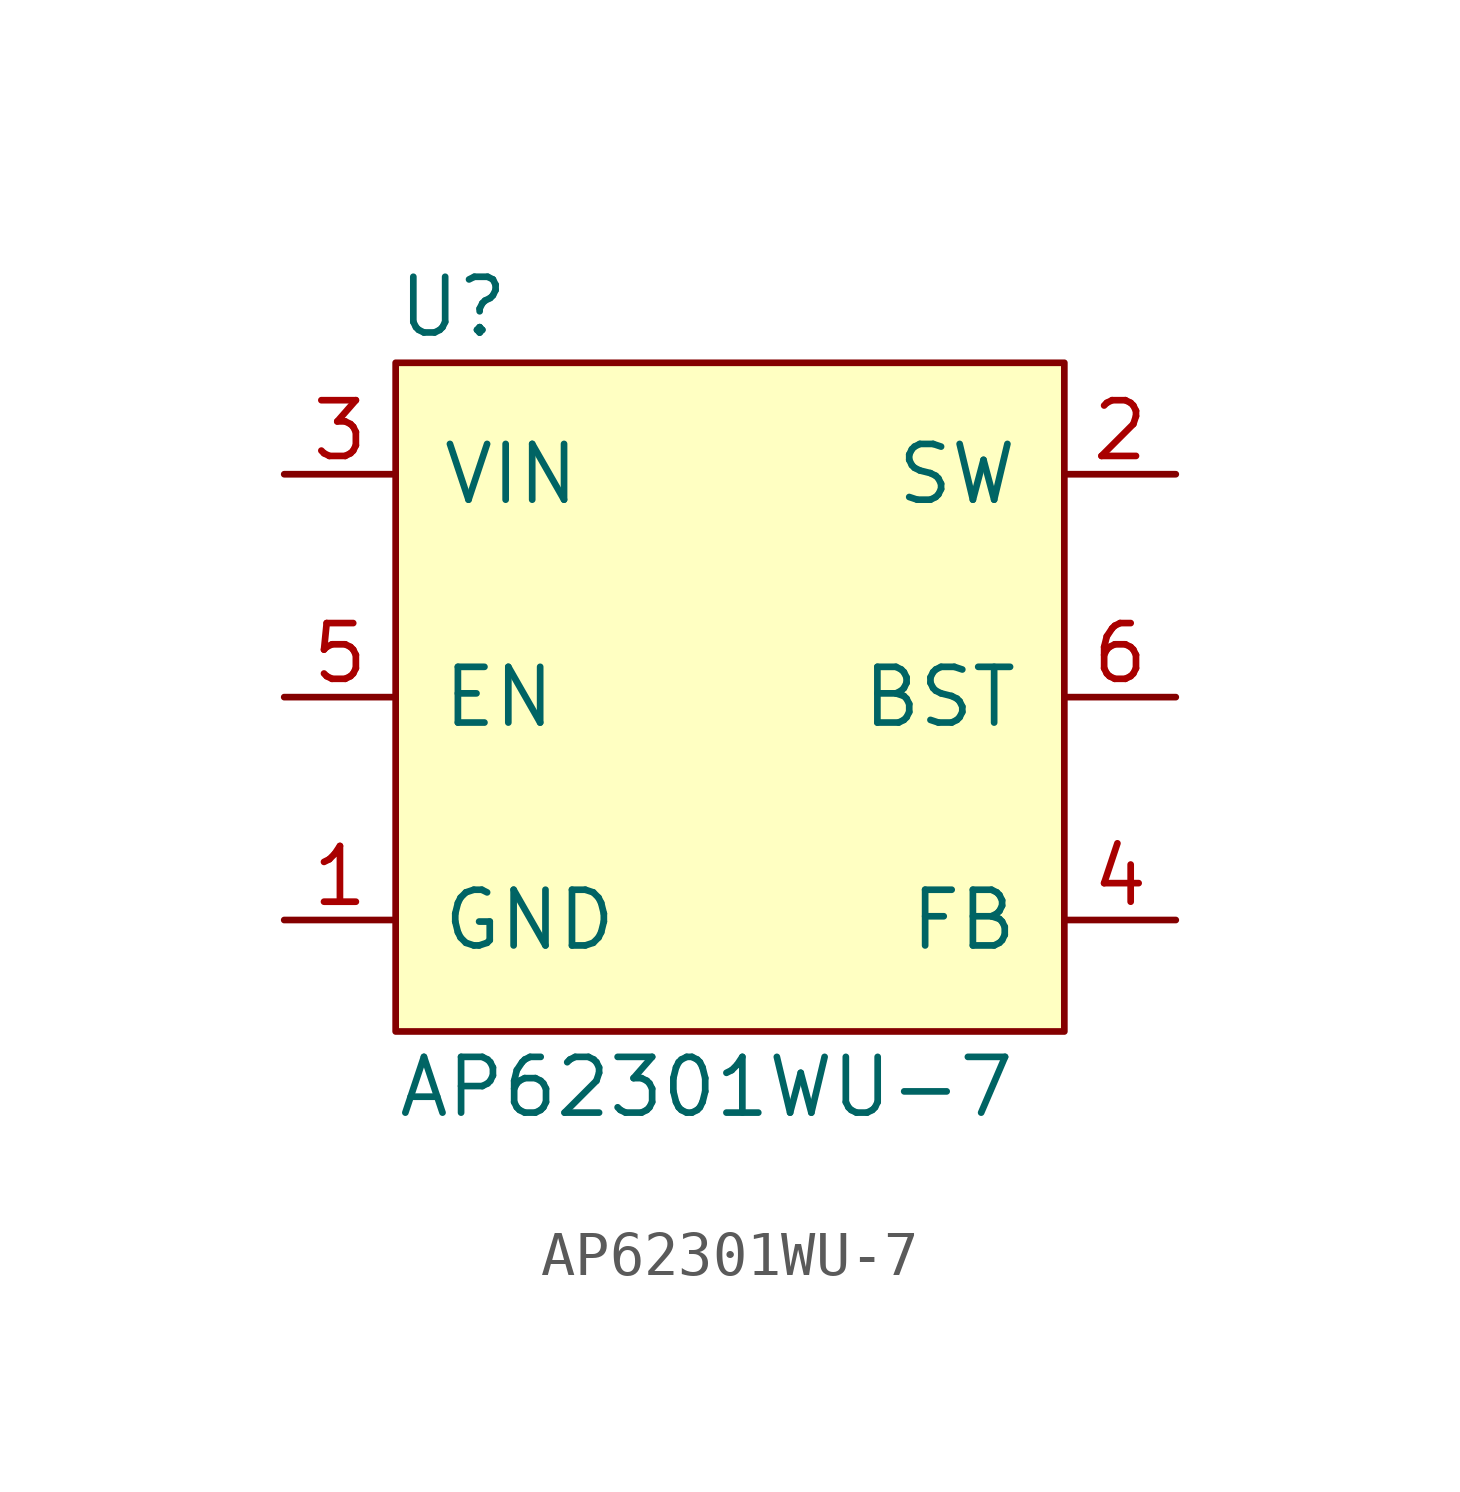
<source format=kicad_sym>
(kicad_symbol_lib
  (version 20211014)
  (generator kicad_symbol_editor)
  (symbol "AP62301WU-7"
    (pin_names
      (offset 1.016))
    (property "Reference" "U"
      (at -7.62 8.89 0)
      (effects (font (size 1.27 1.27)) (justify left)))
    (property "Value" "AP62301WU-7"
      (at -7.62 -8.89 0)
      (effects (font (size 1.27 1.27)) (justify left)))
    (symbol "AP62301WU-7_0_1"
      (rectangle (start -7.62 7.62) (end 7.62 -7.62) (stroke (width 0) (type default) (color 0 0 0 0)) (fill (type background))))
    (symbol "AP62301WU-7_1_1"
      (pin power_in line (at -10.16 -5.08 0) (length 2.54) (name "GND" (effects (font (size 1.27 1.27)))) (number "1" (effects (font (size 1.27 1.27)))))
      (pin power_out line (at 10.16 5.08 180) (length 2.54) (name "SW" (effects (font (size 1.27 1.27)))) (number "2" (effects (font (size 1.27 1.27)))))
      (pin power_in line (at -10.16 5.08 0) (length 2.54) (name "VIN" (effects (font (size 1.27 1.27)))) (number "3" (effects (font (size 1.27 1.27)))))
      (pin input line (at 10.16 -5.08 180) (length 2.54) (name "FB" (effects (font (size 1.27 1.27)))) (number "4" (effects (font (size 1.27 1.27)))))
      (pin input line (at -10.16 0 0) (length 2.54) (name "EN" (effects (font (size 1.27 1.27)))) (number "5" (effects (font (size 1.27 1.27)))))
      (pin output line (at 10.16 0 180) (length 2.54) (name "BST" (effects (font (size 1.27 1.27)))) (number "6" (effects (font (size 1.27 1.27))))))))
</source>
